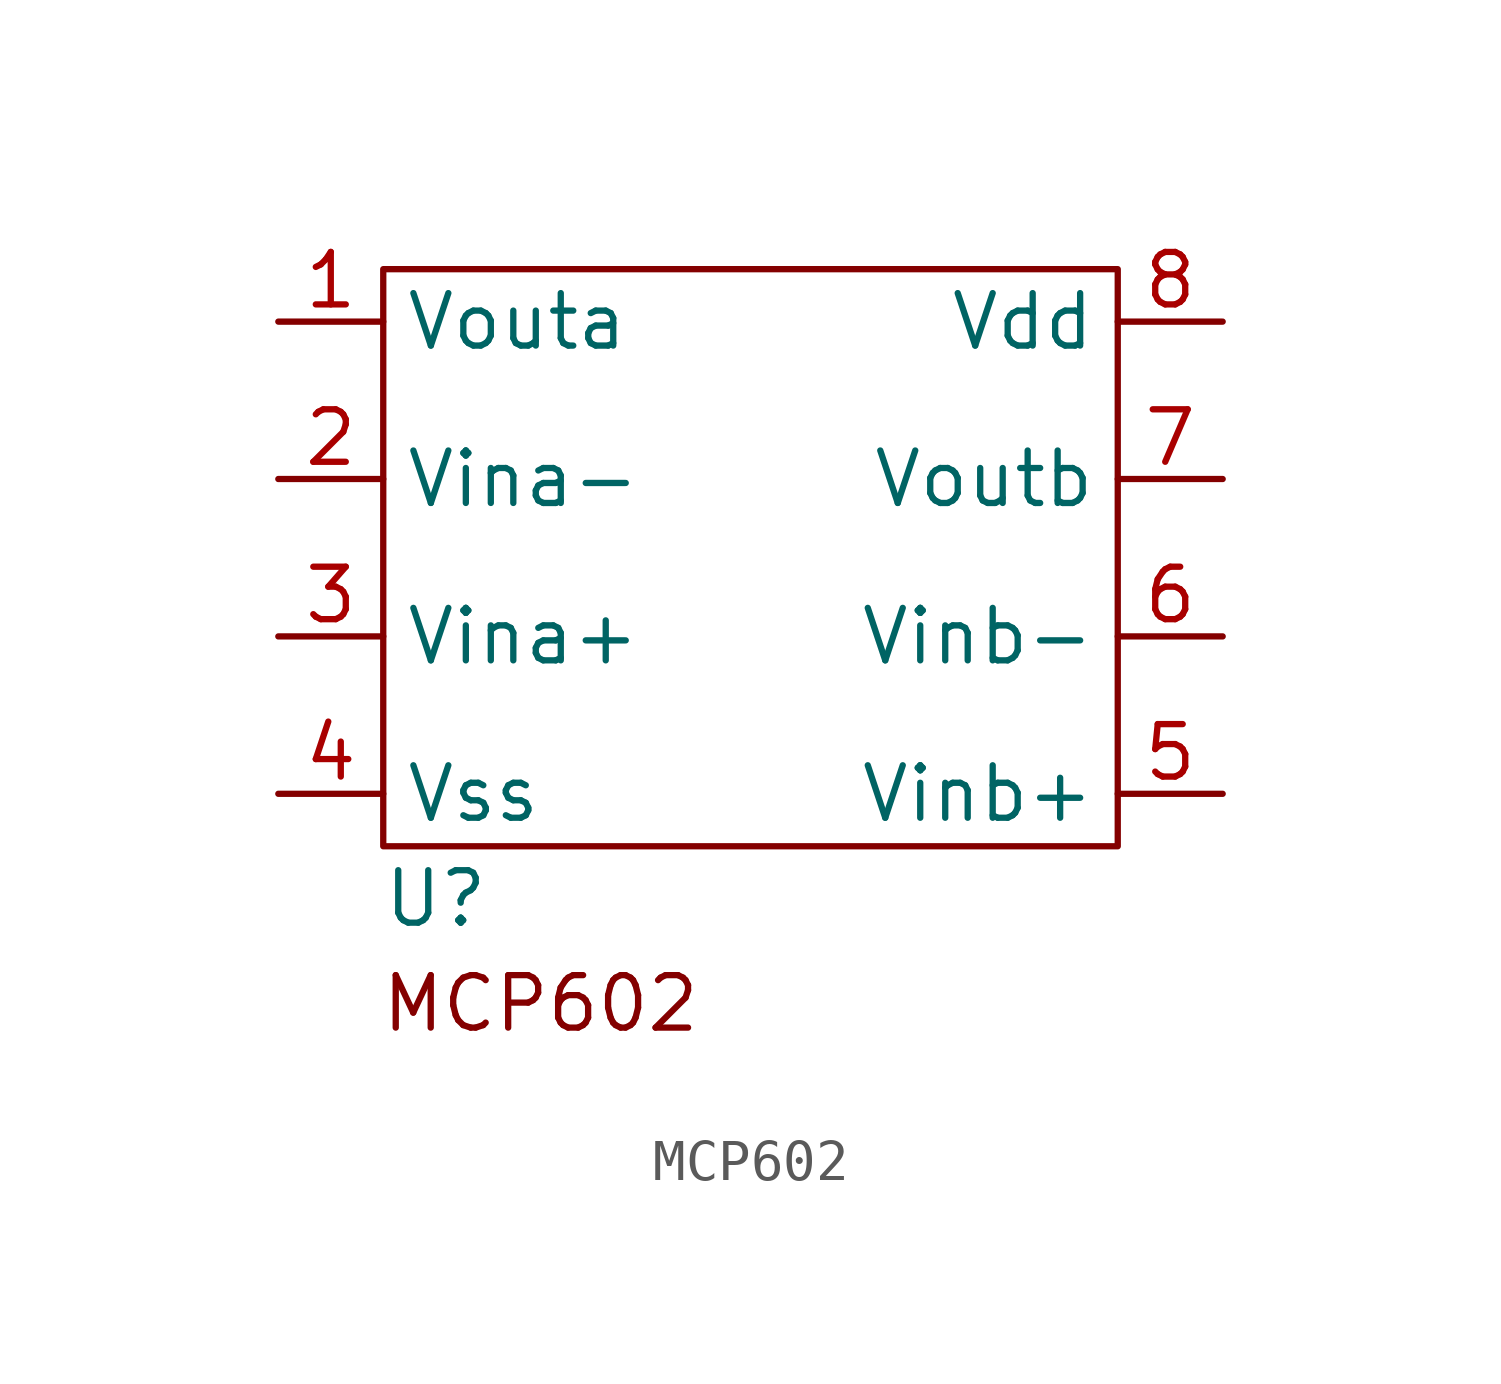
<source format=kicad_sym>
(kicad_symbol_lib
  (version 20220914)
  (generator kicad_symbol_editor)
  (symbol "MCP602"
    (property "Reference" "U"
      (at 1.27 -2.54 0)
      (effects (font (size 1.27 1.27))))
    (property "Value" ""
      (at 0 0 0)
      (effects (font (size 1.27 1.27))))
    (symbol "MCP602_0_1"
      (rectangle (start 0 12.7) (end 17.78 -1.27) (stroke (width 0) (type default)) (fill (type none))))
    (symbol "MCP602_1_1"
      (text "MCP602" (at 3.81 -5.08 0) (effects (font (size 1.27 1.27))))
      (pin bidirectional line (at -2.54 11.43 0) (length 2.54) (name "Vouta" (effects (font (size 1.27 1.27)))) (number "1" (effects (font (size 1.27 1.27)))))
      (pin input line (at -2.54 7.62 0) (length 2.54) (name "Vina-" (effects (font (size 1.27 1.27)))) (number "2" (effects (font (size 1.27 1.27)))))
      (pin input line (at -2.54 3.81 0) (length 2.54) (name "Vina+" (effects (font (size 1.27 1.27)))) (number "3" (effects (font (size 1.27 1.27)))))
      (pin input line (at -2.54 0 0) (length 2.54) (name "Vss" (effects (font (size 1.27 1.27)))) (number "4" (effects (font (size 1.27 1.27)))))
      (pin input line (at 20.32 0 180) (length 2.54) (name "Vinb+" (effects (font (size 1.27 1.27)))) (number "5" (effects (font (size 1.27 1.27)))))
      (pin input line (at 20.32 3.81 180) (length 2.54) (name "Vinb-" (effects (font (size 1.27 1.27)))) (number "6" (effects (font (size 1.27 1.27)))))
      (pin input line (at 20.32 7.62 180) (length 2.54) (name "Voutb" (effects (font (size 1.27 1.27)))) (number "7" (effects (font (size 1.27 1.27)))))
      (pin input line (at 20.32 11.43 180) (length 2.54) (name "Vdd" (effects (font (size 1.27 1.27)))) (number "8" (effects (font (size 1.27 1.27))))))))
</source>
